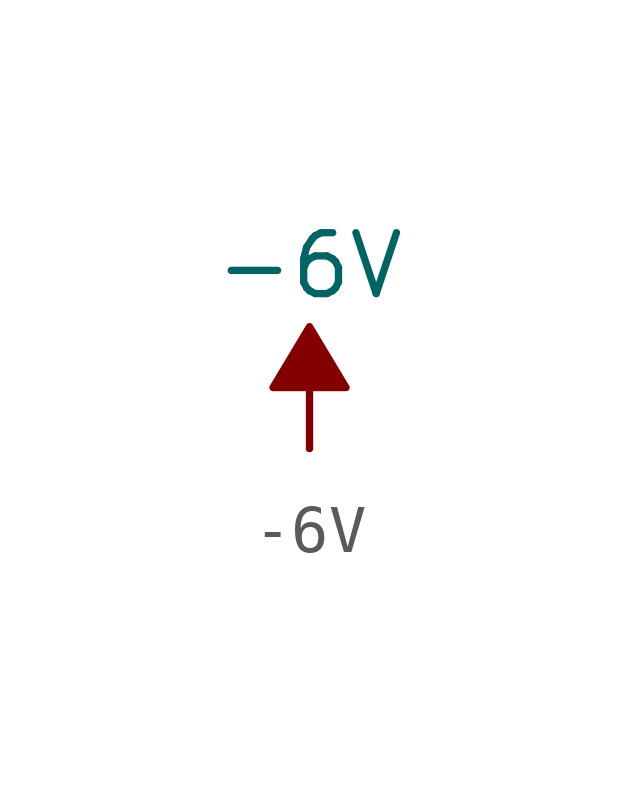
<source format=kicad_sym>
(kicad_symbol_lib
  (version 20231120)
  (generator "kicad_symbol_editor")
  (generator_version "8.0")
  (symbol "-6V"
    (power)
    (pin_numbers hide)
    (pin_names
      (offset 0) hide)
    (property "Reference" "#PWR"
      (at 0 2.54 0)
      (effects (font (size 1.27 1.27)) (hide yes)))
    (property "Value" "-6V"
      (at 0 3.81 0)
      (effects (font (size 1.27 1.27))))
    (symbol "-6V_0_0"
      (pin power_in line (at 0 0 90) (length 0) (name "~" (effects (font (size 1.27 1.27)))) (number "1" (effects (font (size 1.27 1.27))))))
    (symbol "-6V_0_1"
      (polyline (pts (xy 0 0) (xy 0 1.27) (xy 0.762 1.27) (xy 0 2.54) (xy -0.762 1.27) (xy 0 1.27)) (stroke (width 0) (type default)) (fill (type outline))))))
</source>
